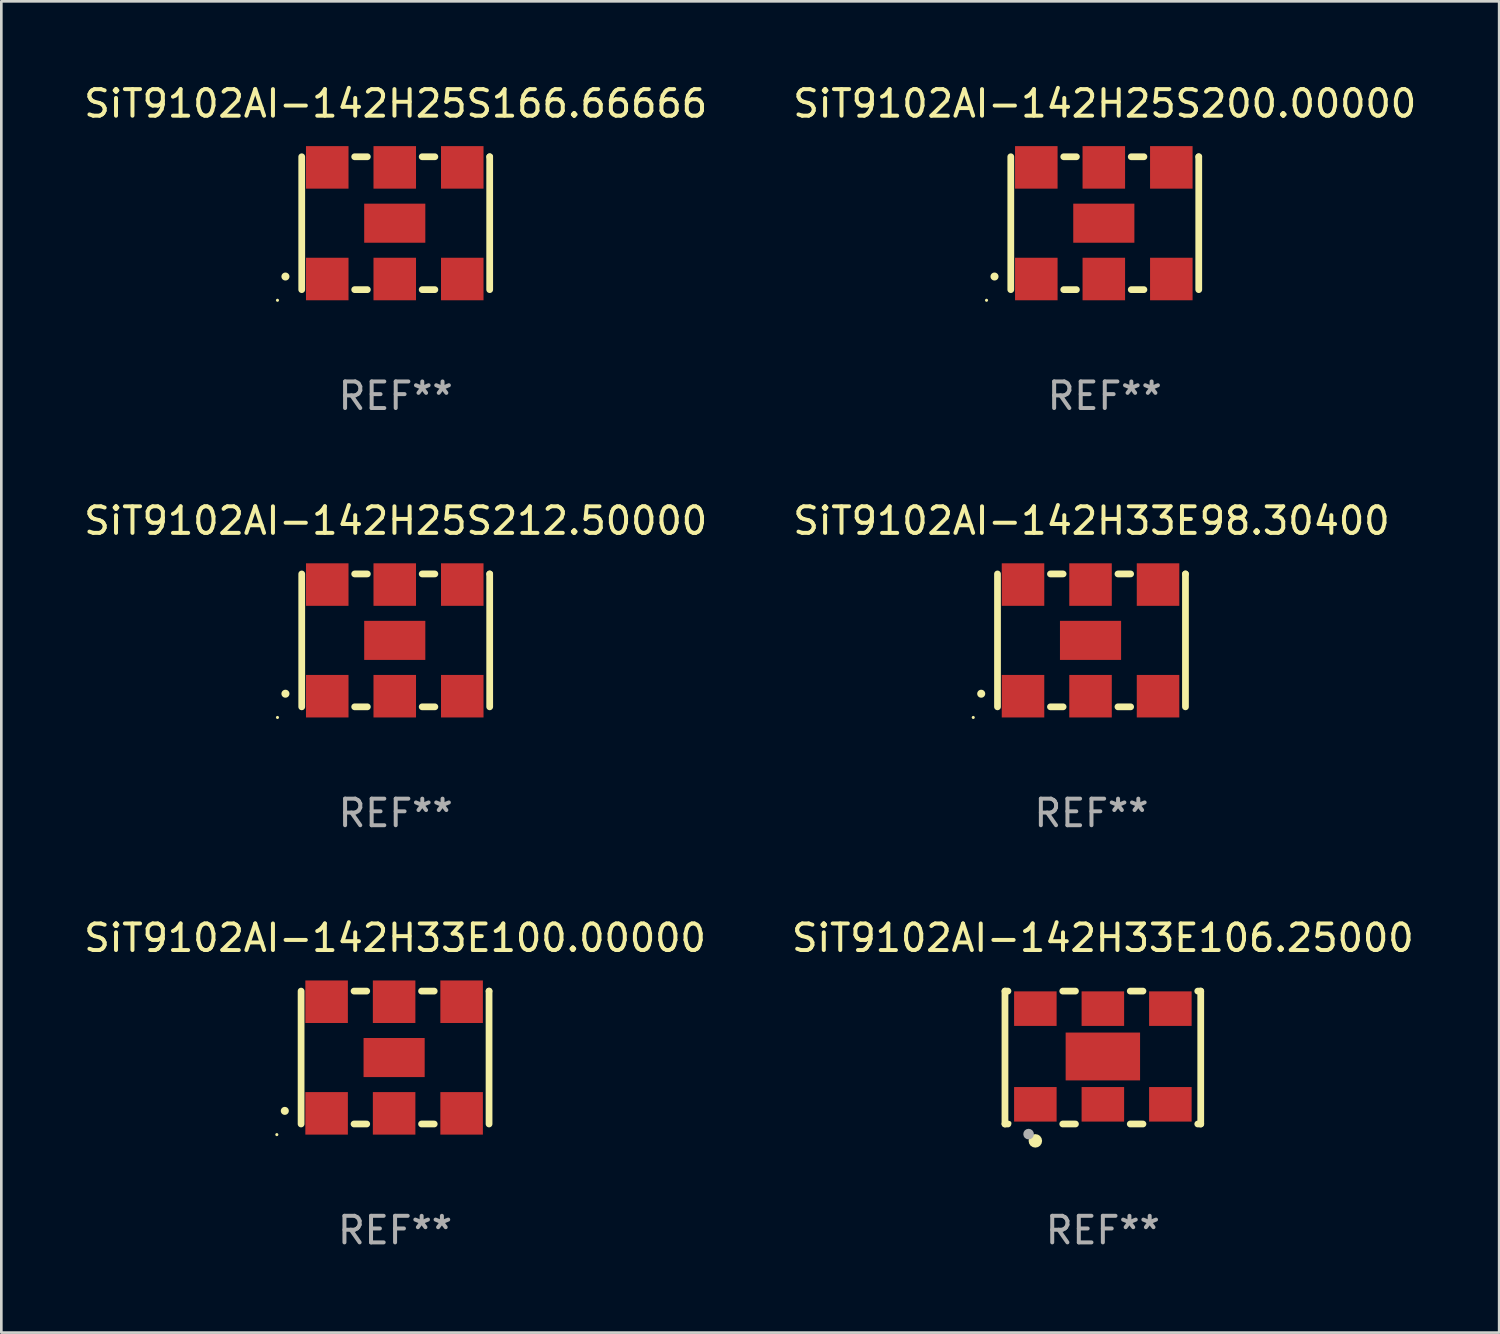
<source format=kicad_pcb>
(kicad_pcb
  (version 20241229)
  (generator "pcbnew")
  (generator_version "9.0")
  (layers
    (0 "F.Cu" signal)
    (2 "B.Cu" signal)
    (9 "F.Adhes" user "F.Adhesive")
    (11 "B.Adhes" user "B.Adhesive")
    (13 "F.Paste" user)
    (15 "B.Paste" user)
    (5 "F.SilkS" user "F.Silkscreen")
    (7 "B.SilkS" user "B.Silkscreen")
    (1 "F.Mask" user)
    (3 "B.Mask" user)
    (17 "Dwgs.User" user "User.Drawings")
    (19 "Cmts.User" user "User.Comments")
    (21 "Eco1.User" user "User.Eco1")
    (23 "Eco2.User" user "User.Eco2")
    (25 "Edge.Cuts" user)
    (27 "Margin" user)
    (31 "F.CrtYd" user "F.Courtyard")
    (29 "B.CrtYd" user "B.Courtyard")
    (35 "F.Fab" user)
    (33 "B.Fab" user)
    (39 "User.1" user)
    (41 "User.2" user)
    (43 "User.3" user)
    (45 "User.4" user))
  (footprint "SiT9102AI-142H25S166.66666"
    (layer "F.Cu")
    (at 11.839 5.348)
    (property "Reference" "SiT9102AI-142H25S166.66666" (at 0 -4.5 0) (layer "F.SilkS") (effects (font (size 1 1) (thickness 0.15))))
    (attr through_hole)
    (fp_line (start -3.536 -2.5) (end -3.536 2.5) (stroke (width 0.254) (type solid)) (layer "F.SilkS"))
    (fp_line (start -1.544 2.5) (end -1.067 2.5) (stroke (width 0.254) (type solid)) (layer "F.SilkS"))
    (fp_line (start -1.067 -2.5) (end -1.544 -2.5) (stroke (width 0.254) (type solid)) (layer "F.SilkS"))
    (fp_line (start 0.996 2.5) (end 1.473 2.5) (stroke (width 0.254) (type solid)) (layer "F.SilkS"))
    (fp_line (start 1.473 -2.5) (end 0.996 -2.5) (stroke (width 0.254) (type solid)) (layer "F.SilkS"))
    (fp_line (start 3.536 -2.5) (end 3.536 -2.5) (stroke (width 0.254) (type solid)) (layer "F.SilkS"))
    (fp_line (start 3.536 2.5) (end 3.536 -2.5) (stroke (width 0.254) (type solid)) (layer "F.SilkS"))
    (fp_arc (start -4.150432 2.006604) (mid -4.149162 2.006599) (end -4.147892 2.006604) (stroke (width 0.3) (type solid)) (layer "F.SilkS"))
    (fp_circle (center -4.449 2.9) (end -4.419 2.9) (stroke (width 0.06) (type solid)) (fill no) (layer "F.SilkS"))
    (fp_text user "REF**" (at 0 6.5 0) (layer "F.Fab") (effects (font (size 1 1) (thickness 0.15))))
    (pad "1" smd rect (at -2.576 2.1) (size 1.6 1.6) (layers "F.Cu" "F.Mask" "F.Paste"))
    (pad "2" smd rect (at -0.036 2.1) (size 1.6 1.6) (layers "F.Cu" "F.Mask" "F.Paste"))
    (pad "3" smd rect (at 2.504 2.1) (size 1.6 1.6) (layers "F.Cu" "F.Mask" "F.Paste"))
    (pad "4" smd rect (at 2.504 -2.1) (size 1.6 1.6) (layers "F.Cu" "F.Mask" "F.Paste"))
    (pad "5" smd rect (at -0.036 -2.1) (size 1.6 1.6) (layers "F.Cu" "F.Mask" "F.Paste"))
    (pad "6" smd rect (at -2.576 -2.1) (size 1.6 1.6) (layers "F.Cu" "F.Mask" "F.Paste"))
    (pad "7" smd rect (at -0.036 0) (size 2.3 1.47) (layers "F.Cu" "F.Mask" "F.Paste")))
  (footprint "SiT9102AI-142H25S200.00000"
    (layer "F.Cu")
    (at 38.518 5.348)
    (property "Reference" "SiT9102AI-142H25S200.00000" (at 0 -4.5 0) (layer "F.SilkS") (effects (font (size 1 1) (thickness 0.15))))
    (attr through_hole)
    (fp_line (start -3.536 -2.5) (end -3.536 2.5) (stroke (width 0.254) (type solid)) (layer "F.SilkS"))
    (fp_line (start -1.544 2.5) (end -1.067 2.5) (stroke (width 0.254) (type solid)) (layer "F.SilkS"))
    (fp_line (start -1.067 -2.5) (end -1.544 -2.5) (stroke (width 0.254) (type solid)) (layer "F.SilkS"))
    (fp_line (start 0.996 2.5) (end 1.473 2.5) (stroke (width 0.254) (type solid)) (layer "F.SilkS"))
    (fp_line (start 1.473 -2.5) (end 0.996 -2.5) (stroke (width 0.254) (type solid)) (layer "F.SilkS"))
    (fp_line (start 3.536 -2.5) (end 3.536 -2.5) (stroke (width 0.254) (type solid)) (layer "F.SilkS"))
    (fp_line (start 3.536 2.5) (end 3.536 -2.5) (stroke (width 0.254) (type solid)) (layer "F.SilkS"))
    (fp_arc (start -4.150432 2.006604) (mid -4.149162 2.006599) (end -4.147892 2.006604) (stroke (width 0.3) (type solid)) (layer "F.SilkS"))
    (fp_circle (center -4.449 2.9) (end -4.419 2.9) (stroke (width 0.06) (type solid)) (fill no) (layer "F.SilkS"))
    (fp_text user "REF**" (at 0 6.5 0) (layer "F.Fab") (effects (font (size 1 1) (thickness 0.15))))
    (pad "1" smd rect (at -2.576 2.1) (size 1.6 1.6) (layers "F.Cu" "F.Mask" "F.Paste"))
    (pad "2" smd rect (at -0.036 2.1) (size 1.6 1.6) (layers "F.Cu" "F.Mask" "F.Paste"))
    (pad "3" smd rect (at 2.504 2.1) (size 1.6 1.6) (layers "F.Cu" "F.Mask" "F.Paste"))
    (pad "4" smd rect (at 2.504 -2.1) (size 1.6 1.6) (layers "F.Cu" "F.Mask" "F.Paste"))
    (pad "5" smd rect (at -0.036 -2.1) (size 1.6 1.6) (layers "F.Cu" "F.Mask" "F.Paste"))
    (pad "6" smd rect (at -2.576 -2.1) (size 1.6 1.6) (layers "F.Cu" "F.Mask" "F.Paste"))
    (pad "7" smd rect (at -0.036 0) (size 2.3 1.47) (layers "F.Cu" "F.Mask" "F.Paste")))
  (footprint "SiT9102AI-142H33E100.00000"
    (layer "F.Cu")
    (at 11.815 36.741)
    (property "Reference" "SiT9102AI-142H33E100.00000" (at 0 -4.5 0) (layer "F.SilkS") (effects (font (size 1 1) (thickness 0.15))))
    (attr through_hole)
    (fp_line (start -3.536 -2.5) (end -3.536 2.5) (stroke (width 0.254) (type solid)) (layer "F.SilkS"))
    (fp_line (start -1.544 2.5) (end -1.067 2.5) (stroke (width 0.254) (type solid)) (layer "F.SilkS"))
    (fp_line (start -1.067 -2.5) (end -1.544 -2.5) (stroke (width 0.254) (type solid)) (layer "F.SilkS"))
    (fp_line (start 0.996 2.5) (end 1.473 2.5) (stroke (width 0.254) (type solid)) (layer "F.SilkS"))
    (fp_line (start 1.473 -2.5) (end 0.996 -2.5) (stroke (width 0.254) (type solid)) (layer "F.SilkS"))
    (fp_line (start 3.536 -2.5) (end 3.536 -2.5) (stroke (width 0.254) (type solid)) (layer "F.SilkS"))
    (fp_line (start 3.536 2.5) (end 3.536 -2.5) (stroke (width 0.254) (type solid)) (layer "F.SilkS"))
    (fp_arc (start -4.150432 2.006604) (mid -4.149162 2.006599) (end -4.147892 2.006604) (stroke (width 0.3) (type solid)) (layer "F.SilkS"))
    (fp_circle (center -4.449 2.9) (end -4.419 2.9) (stroke (width 0.06) (type solid)) (fill no) (layer "F.SilkS"))
    (fp_text user "REF**" (at 0 6.5 0) (layer "F.Fab") (effects (font (size 1 1) (thickness 0.15))))
    (pad "1" smd rect (at -2.576 2.1) (size 1.6 1.6) (layers "F.Cu" "F.Mask" "F.Paste"))
    (pad "2" smd rect (at -0.036 2.1) (size 1.6 1.6) (layers "F.Cu" "F.Mask" "F.Paste"))
    (pad "3" smd rect (at 2.504 2.1) (size 1.6 1.6) (layers "F.Cu" "F.Mask" "F.Paste"))
    (pad "4" smd rect (at 2.504 -2.1) (size 1.6 1.6) (layers "F.Cu" "F.Mask" "F.Paste"))
    (pad "5" smd rect (at -0.036 -2.1) (size 1.6 1.6) (layers "F.Cu" "F.Mask" "F.Paste"))
    (pad "6" smd rect (at -2.576 -2.1) (size 1.6 1.6) (layers "F.Cu" "F.Mask" "F.Paste"))
    (pad "7" smd rect (at -0.036 0) (size 2.3 1.47) (layers "F.Cu" "F.Mask" "F.Paste")))
  (footprint "SiT9102AI-142H33E106.25000"
    (layer "F.Cu")
    (at 38.446 36.741)
    (property "Reference" "SiT9102AI-142H33E106.25000" (at 0 -4.5 0) (layer "F.SilkS") (effects (font (size 1 1) (thickness 0.15))))
    (attr through_hole)
    (fp_line (start -3.683 -2.5) (end -3.571 -2.5) (stroke (width 0.254) (type solid)) (layer "F.SilkS"))
    (fp_line (start -3.683 2.5) (end -3.683 -2.5) (stroke (width 0.254) (type solid)) (layer "F.SilkS"))
    (fp_line (start -3.683 2.5) (end -3.571 2.5) (stroke (width 0.254) (type solid)) (layer "F.SilkS"))
    (fp_line (start -1.509 -2.5) (end -1.031 -2.5) (stroke (width 0.254) (type solid)) (layer "F.SilkS"))
    (fp_line (start -1.509 2.5) (end -1.031 2.5) (stroke (width 0.254) (type solid)) (layer "F.SilkS"))
    (fp_line (start 1.031 -2.5) (end 1.509 -2.5) (stroke (width 0.254) (type solid)) (layer "F.SilkS"))
    (fp_line (start 1.031 2.5) (end 1.509 2.5) (stroke (width 0.254) (type solid)) (layer "F.SilkS"))
    (fp_line (start 3.571 -2.5) (end 3.683 -2.5) (stroke (width 0.254) (type solid)) (layer "F.SilkS"))
    (fp_line (start 3.571 2.5) (end 3.683 2.5) (stroke (width 0.254) (type solid)) (layer "F.SilkS"))
    (fp_line (start 3.683 2.5) (end 3.683 -2.5) (stroke (width 0.254) (type solid)) (layer "F.SilkS"))
    (fp_circle (center -3.5 2.46) (end -3.47 2.46) (stroke (width 0.06) (type solid)) (fill no) (layer "F.SilkS"))
    (fp_circle (center -2.54 3.135) (end -2.413 3.135) (stroke (width 0.254) (type solid)) (fill no) (layer "F.SilkS"))
    (fp_circle (center -2.794 2.881) (end -2.694 2.881) (stroke (width 0.2) (type solid)) (fill no) (layer "F.Fab"))
    (fp_text user "REF**" (at 0 6.5 0) (layer "F.Fab") (effects (font (size 1 1) (thickness 0.15))))
    (pad "1" smd rect (at -2.54 1.76) (size 1.6 1.3) (layers "F.Cu" "F.Mask" "F.Paste"))
    (pad "2" smd rect (at 0 1.76) (size 1.6 1.3) (layers "F.Cu" "F.Mask" "F.Paste"))
    (pad "3" smd rect (at 2.54 1.76) (size 1.6 1.3) (layers "F.Cu" "F.Mask" "F.Paste"))
    (pad "4" smd rect (at 2.54 -1.84) (size 1.6 1.3) (layers "F.Cu" "F.Mask" "F.Paste"))
    (pad "5" smd rect (at 0 -1.84) (size 1.6 1.3) (layers "F.Cu" "F.Mask" "F.Paste"))
    (pad "6" smd rect (at -2.54 -1.84) (size 1.6 1.3) (layers "F.Cu" "F.Mask" "F.Paste"))
    (pad "7" smd rect (at 0 -0.04) (size 2.8 1.8) (layers "F.Cu" "F.Mask" "F.Paste")))
  (footprint "SiT9102AI-142H33E98.30400"
    (layer "F.Cu")
    (at 38.018 21.045)
    (property "Reference" "SiT9102AI-142H33E98.30400" (at 0 -4.5 0) (layer "F.SilkS") (effects (font (size 1 1) (thickness 0.15))))
    (attr through_hole)
    (fp_line (start -3.536 -2.5) (end -3.536 2.5) (stroke (width 0.254) (type solid)) (layer "F.SilkS"))
    (fp_line (start -1.544 2.5) (end -1.067 2.5) (stroke (width 0.254) (type solid)) (layer "F.SilkS"))
    (fp_line (start -1.067 -2.5) (end -1.544 -2.5) (stroke (width 0.254) (type solid)) (layer "F.SilkS"))
    (fp_line (start 0.996 2.5) (end 1.473 2.5) (stroke (width 0.254) (type solid)) (layer "F.SilkS"))
    (fp_line (start 1.473 -2.5) (end 0.996 -2.5) (stroke (width 0.254) (type solid)) (layer "F.SilkS"))
    (fp_line (start 3.536 -2.5) (end 3.536 -2.5) (stroke (width 0.254) (type solid)) (layer "F.SilkS"))
    (fp_line (start 3.536 2.5) (end 3.536 -2.5) (stroke (width 0.254) (type solid)) (layer "F.SilkS"))
    (fp_arc (start -4.150432 2.006604) (mid -4.149162 2.006599) (end -4.147892 2.006604) (stroke (width 0.3) (type solid)) (layer "F.SilkS"))
    (fp_circle (center -4.449 2.9) (end -4.419 2.9) (stroke (width 0.06) (type solid)) (fill no) (layer "F.SilkS"))
    (fp_text user "REF**" (at 0 6.5 0) (layer "F.Fab") (effects (font (size 1 1) (thickness 0.15))))
    (pad "1" smd rect (at -2.576 2.1) (size 1.6 1.6) (layers "F.Cu" "F.Mask" "F.Paste"))
    (pad "2" smd rect (at -0.036 2.1) (size 1.6 1.6) (layers "F.Cu" "F.Mask" "F.Paste"))
    (pad "3" smd rect (at 2.504 2.1) (size 1.6 1.6) (layers "F.Cu" "F.Mask" "F.Paste"))
    (pad "4" smd rect (at 2.504 -2.1) (size 1.6 1.6) (layers "F.Cu" "F.Mask" "F.Paste"))
    (pad "5" smd rect (at -0.036 -2.1) (size 1.6 1.6) (layers "F.Cu" "F.Mask" "F.Paste"))
    (pad "6" smd rect (at -2.576 -2.1) (size 1.6 1.6) (layers "F.Cu" "F.Mask" "F.Paste"))
    (pad "7" smd rect (at -0.036 0) (size 2.3 1.47) (layers "F.Cu" "F.Mask" "F.Paste")))
  (footprint "SiT9102AI-142H25S212.50000"
    (layer "F.Cu")
    (at 11.839 21.045)
    (property "Reference" "SiT9102AI-142H25S212.50000" (at 0 -4.5 0) (layer "F.SilkS") (effects (font (size 1 1) (thickness 0.15))))
    (attr through_hole)
    (fp_line (start -3.536 -2.5) (end -3.536 2.5) (stroke (width 0.254) (type solid)) (layer "F.SilkS"))
    (fp_line (start -1.544 2.5) (end -1.067 2.5) (stroke (width 0.254) (type solid)) (layer "F.SilkS"))
    (fp_line (start -1.067 -2.5) (end -1.544 -2.5) (stroke (width 0.254) (type solid)) (layer "F.SilkS"))
    (fp_line (start 0.996 2.5) (end 1.473 2.5) (stroke (width 0.254) (type solid)) (layer "F.SilkS"))
    (fp_line (start 1.473 -2.5) (end 0.996 -2.5) (stroke (width 0.254) (type solid)) (layer "F.SilkS"))
    (fp_line (start 3.536 -2.5) (end 3.536 -2.5) (stroke (width 0.254) (type solid)) (layer "F.SilkS"))
    (fp_line (start 3.536 2.5) (end 3.536 -2.5) (stroke (width 0.254) (type solid)) (layer "F.SilkS"))
    (fp_arc (start -4.150432 2.006604) (mid -4.149162 2.006599) (end -4.147892 2.006604) (stroke (width 0.3) (type solid)) (layer "F.SilkS"))
    (fp_circle (center -4.449 2.9) (end -4.419 2.9) (stroke (width 0.06) (type solid)) (fill no) (layer "F.SilkS"))
    (fp_text user "REF**" (at 0 6.5 0) (layer "F.Fab") (effects (font (size 1 1) (thickness 0.15))))
    (pad "1" smd rect (at -2.576 2.1) (size 1.6 1.6) (layers "F.Cu" "F.Mask" "F.Paste"))
    (pad "2" smd rect (at -0.036 2.1) (size 1.6 1.6) (layers "F.Cu" "F.Mask" "F.Paste"))
    (pad "3" smd rect (at 2.504 2.1) (size 1.6 1.6) (layers "F.Cu" "F.Mask" "F.Paste"))
    (pad "4" smd rect (at 2.504 -2.1) (size 1.6 1.6) (layers "F.Cu" "F.Mask" "F.Paste"))
    (pad "5" smd rect (at -0.036 -2.1) (size 1.6 1.6) (layers "F.Cu" "F.Mask" "F.Paste"))
    (pad "6" smd rect (at -2.576 -2.1) (size 1.6 1.6) (layers "F.Cu" "F.Mask" "F.Paste"))
    (pad "7" smd rect (at -0.036 0) (size 2.3 1.47) (layers "F.Cu" "F.Mask" "F.Paste")))
  (gr_rect
    (start -3 -3)
    (end 53.357 47.09)
    (stroke (width 0.1) (type default))
    (fill no)
    (layer "Edge.Cuts")))
</source>
